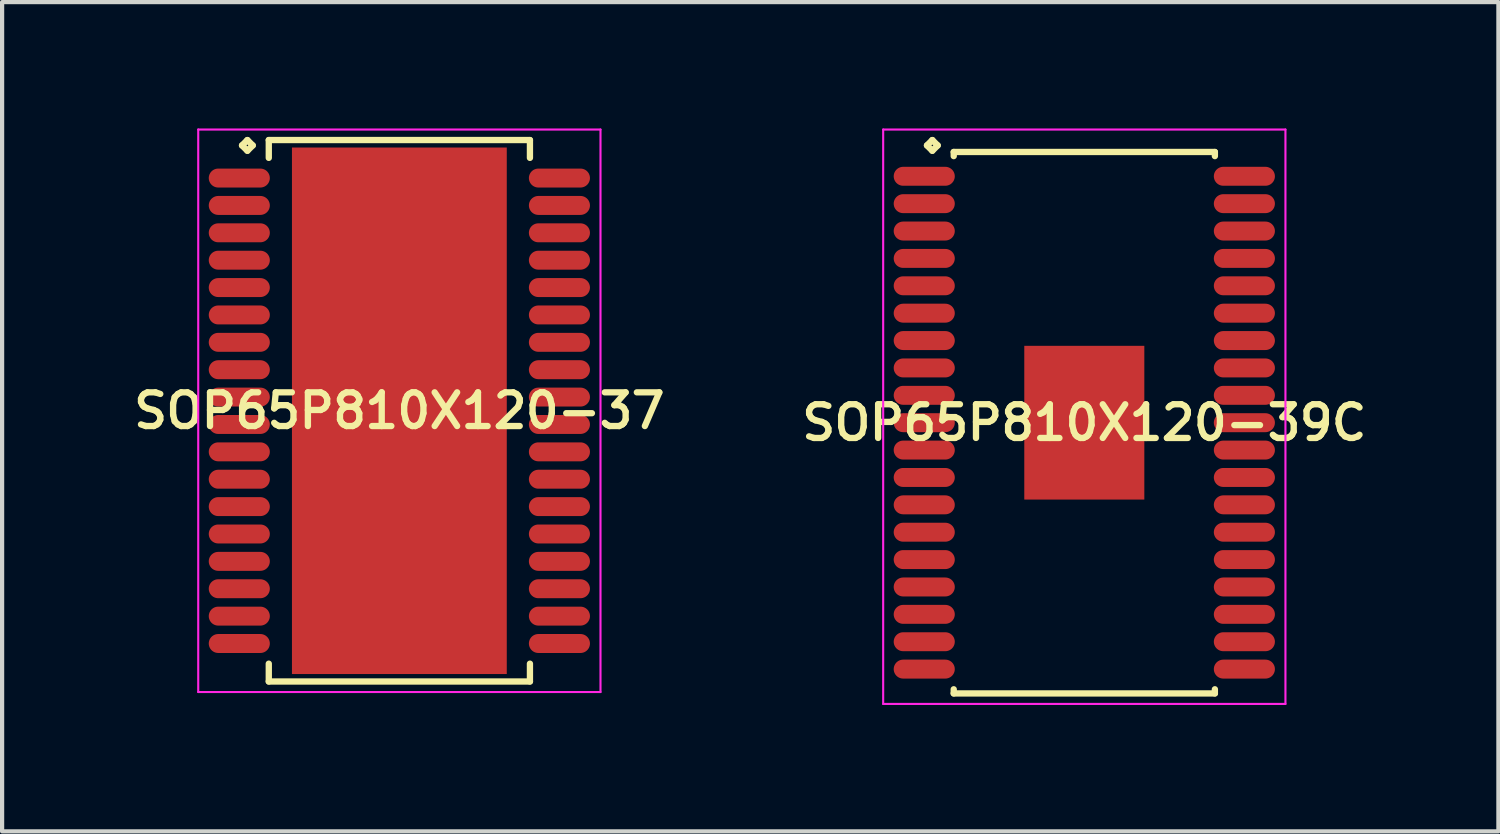
<source format=kicad_pcb>
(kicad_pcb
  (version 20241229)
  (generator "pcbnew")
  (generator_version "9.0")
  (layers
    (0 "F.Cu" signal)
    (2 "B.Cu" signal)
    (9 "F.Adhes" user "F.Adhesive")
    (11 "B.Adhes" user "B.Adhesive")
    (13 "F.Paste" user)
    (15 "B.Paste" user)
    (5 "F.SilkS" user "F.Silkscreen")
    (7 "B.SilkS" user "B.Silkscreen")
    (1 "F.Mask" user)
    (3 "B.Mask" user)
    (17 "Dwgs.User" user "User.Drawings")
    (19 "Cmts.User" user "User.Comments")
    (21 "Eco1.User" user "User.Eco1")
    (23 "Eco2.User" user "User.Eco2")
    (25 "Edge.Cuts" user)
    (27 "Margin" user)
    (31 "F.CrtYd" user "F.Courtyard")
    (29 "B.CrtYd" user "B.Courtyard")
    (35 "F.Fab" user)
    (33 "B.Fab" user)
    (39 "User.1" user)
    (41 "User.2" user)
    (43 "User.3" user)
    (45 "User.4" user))
  (footprint "SOP65P810X120-39C"
    (layer "F.Cu")
    (at 22.692 6.985)
    (property "Reference" "SOP65P810X120-39C" (at 0 0 0) (layer "F.SilkS") (effects (font (size 0.8 0.8) (thickness 0.15))))
    (attr smd)
    (fp_line (start -3.735 -6.583) (end -3.608 -6.71) (stroke (width 0.15) (type solid)) (layer "F.SilkS"))
    (fp_line (start -3.608 -6.71) (end -3.481 -6.583) (stroke (width 0.15) (type solid)) (layer "F.SilkS"))
    (fp_line (start -3.608 -6.456) (end -3.735 -6.583) (stroke (width 0.15) (type solid)) (layer "F.SilkS"))
    (fp_line (start -3.481 -6.583) (end -3.608 -6.456) (stroke (width 0.15) (type solid)) (layer "F.SilkS"))
    (fp_line (start -3.1 -6.427) (end 3.1 -6.427) (stroke (width 0.15) (type solid)) (layer "F.SilkS"))
    (fp_line (start -3.1 -6.329) (end -3.1 -6.427) (stroke (width 0.15) (type solid)) (layer "F.SilkS"))
    (fp_line (start -3.1 6.329) (end -3.1 6.427) (stroke (width 0.15) (type solid)) (layer "F.SilkS"))
    (fp_line (start -3.1 6.427) (end 3.1 6.427) (stroke (width 0.15) (type solid)) (layer "F.SilkS"))
    (fp_line (start 3.1 -6.427) (end 3.1 -6.329) (stroke (width 0.15) (type solid)) (layer "F.SilkS"))
    (fp_line (start 3.1 6.427) (end 3.1 6.329) (stroke (width 0.15) (type solid)) (layer "F.SilkS"))
    (fp_line (start -4.775 -6.96) (end 4.775 -6.96) (stroke (width 0.05) (type solid)) (layer "F.CrtYd"))
    (fp_line (start -4.775 6.677) (end -4.775 -6.96) (stroke (width 0.05) (type solid)) (layer "F.CrtYd"))
    (fp_line (start 4.775 -6.96) (end 4.775 6.677) (stroke (width 0.05) (type solid)) (layer "F.CrtYd"))
    (fp_line (start 4.775 6.677) (end -4.775 6.677) (stroke (width 0.05) (type solid)) (layer "F.CrtYd"))
    (pad "1" smd oval (at -3.8 -5.85) (size 1.45 0.45) (layers "F.Cu" "F.Mask" "F.Paste"))
    (pad "2" smd oval (at -3.8 -5.2) (size 1.45 0.45) (layers "F.Cu" "F.Mask" "F.Paste"))
    (pad "3" smd oval (at -3.8 -4.55) (size 1.45 0.45) (layers "F.Cu" "F.Mask" "F.Paste"))
    (pad "4" smd oval (at -3.8 -3.9) (size 1.45 0.45) (layers "F.Cu" "F.Mask" "F.Paste"))
    (pad "5" smd oval (at -3.8 -3.25) (size 1.45 0.45) (layers "F.Cu" "F.Mask" "F.Paste"))
    (pad "6" smd oval (at -3.8 -2.6) (size 1.45 0.45) (layers "F.Cu" "F.Mask" "F.Paste"))
    (pad "7" smd oval (at -3.8 -1.95) (size 1.45 0.45) (layers "F.Cu" "F.Mask" "F.Paste"))
    (pad "8" smd oval (at -3.8 -1.3) (size 1.45 0.45) (layers "F.Cu" "F.Mask" "F.Paste"))
    (pad "9" smd oval (at -3.8 -0.65) (size 1.45 0.45) (layers "F.Cu" "F.Mask" "F.Paste"))
    (pad "10" smd oval (at -3.8 0) (size 1.45 0.45) (layers "F.Cu" "F.Mask" "F.Paste"))
    (pad "11" smd oval (at -3.8 0.65) (size 1.45 0.45) (layers "F.Cu" "F.Mask" "F.Paste"))
    (pad "12" smd oval (at -3.8 1.3) (size 1.45 0.45) (layers "F.Cu" "F.Mask" "F.Paste"))
    (pad "13" smd oval (at -3.8 1.95) (size 1.45 0.45) (layers "F.Cu" "F.Mask" "F.Paste"))
    (pad "14" smd oval (at -3.8 2.6) (size 1.45 0.45) (layers "F.Cu" "F.Mask" "F.Paste"))
    (pad "15" smd oval (at -3.8 3.25) (size 1.45 0.45) (layers "F.Cu" "F.Mask" "F.Paste"))
    (pad "16" smd oval (at -3.8 3.9) (size 1.45 0.45) (layers "F.Cu" "F.Mask" "F.Paste"))
    (pad "17" smd oval (at -3.8 4.55) (size 1.45 0.45) (layers "F.Cu" "F.Mask" "F.Paste"))
    (pad "18" smd oval (at -3.8 5.2) (size 1.45 0.45) (layers "F.Cu" "F.Mask" "F.Paste"))
    (pad "19" smd oval (at -3.8 5.85) (size 1.45 0.45) (layers "F.Cu" "F.Mask" "F.Paste"))
    (pad "20" smd oval (at 3.8 5.85) (size 1.45 0.45) (layers "F.Cu" "F.Mask" "F.Paste"))
    (pad "21" smd oval (at 3.8 5.2) (size 1.45 0.45) (layers "F.Cu" "F.Mask" "F.Paste"))
    (pad "22" smd oval (at 3.8 4.55) (size 1.45 0.45) (layers "F.Cu" "F.Mask" "F.Paste"))
    (pad "23" smd oval (at 3.8 3.9) (size 1.45 0.45) (layers "F.Cu" "F.Mask" "F.Paste"))
    (pad "24" smd oval (at 3.8 3.25) (size 1.45 0.45) (layers "F.Cu" "F.Mask" "F.Paste"))
    (pad "25" smd oval (at 3.8 2.6) (size 1.45 0.45) (layers "F.Cu" "F.Mask" "F.Paste"))
    (pad "26" smd oval (at 3.8 1.95) (size 1.45 0.45) (layers "F.Cu" "F.Mask" "F.Paste"))
    (pad "27" smd oval (at 3.8 1.3) (size 1.45 0.45) (layers "F.Cu" "F.Mask" "F.Paste"))
    (pad "28" smd oval (at 3.8 0.65) (size 1.45 0.45) (layers "F.Cu" "F.Mask" "F.Paste"))
    (pad "29" smd oval (at 3.8 0) (size 1.45 0.45) (layers "F.Cu" "F.Mask" "F.Paste"))
    (pad "30" smd oval (at 3.8 -0.65) (size 1.45 0.45) (layers "F.Cu" "F.Mask" "F.Paste"))
    (pad "31" smd oval (at 3.8 -1.3) (size 1.45 0.45) (layers "F.Cu" "F.Mask" "F.Paste"))
    (pad "32" smd oval (at 3.8 -1.95) (size 1.45 0.45) (layers "F.Cu" "F.Mask" "F.Paste"))
    (pad "33" smd oval (at 3.8 -2.6) (size 1.45 0.45) (layers "F.Cu" "F.Mask" "F.Paste"))
    (pad "34" smd oval (at 3.8 -3.25) (size 1.45 0.45) (layers "F.Cu" "F.Mask" "F.Paste"))
    (pad "35" smd oval (at 3.8 -3.9) (size 1.45 0.45) (layers "F.Cu" "F.Mask" "F.Paste"))
    (pad "36" smd oval (at 3.8 -4.55) (size 1.45 0.45) (layers "F.Cu" "F.Mask" "F.Paste"))
    (pad "37" smd oval (at 3.8 -5.2) (size 1.45 0.45) (layers "F.Cu" "F.Mask" "F.Paste"))
    (pad "38" smd oval (at 3.8 -5.85) (size 1.45 0.45) (layers "F.Cu" "F.Mask" "F.Paste"))
    (pad "39" smd rect (at 0 0) (size 2.85 3.65) (layers "F.Cu" "F.Mask" "F.Paste")))
  (footprint "SOP65P810X120-37"
    (layer "F.Cu")
    (at 6.431 6.702)
    (property "Reference" "SOP65P810X120-37" (at 0 0 0) (layer "F.SilkS") (effects (font (size 0.8 0.8) (thickness 0.15))))
    (attr smd)
    (fp_line (start -3.735 -6.3) (end -3.608 -6.427) (stroke (width 0.15) (type solid)) (layer "F.SilkS"))
    (fp_line (start -3.608 -6.427) (end -3.481 -6.3) (stroke (width 0.15) (type solid)) (layer "F.SilkS"))
    (fp_line (start -3.608 -6.173) (end -3.735 -6.3) (stroke (width 0.15) (type solid)) (layer "F.SilkS"))
    (fp_line (start -3.481 -6.3) (end -3.608 -6.173) (stroke (width 0.15) (type solid)) (layer "F.SilkS"))
    (fp_line (start -3.1 -6.427) (end 3.1 -6.427) (stroke (width 0.15) (type solid)) (layer "F.SilkS"))
    (fp_line (start -3.1 -6.004) (end -3.1 -6.427) (stroke (width 0.15) (type solid)) (layer "F.SilkS"))
    (fp_line (start -3.1 6.004) (end -3.1 6.427) (stroke (width 0.15) (type solid)) (layer "F.SilkS"))
    (fp_line (start -3.1 6.427) (end 3.1 6.427) (stroke (width 0.15) (type solid)) (layer "F.SilkS"))
    (fp_line (start 3.1 -6.427) (end 3.1 -6.004) (stroke (width 0.15) (type solid)) (layer "F.SilkS"))
    (fp_line (start 3.1 6.427) (end 3.1 6.004) (stroke (width 0.15) (type solid)) (layer "F.SilkS"))
    (fp_line (start -4.775 -6.677) (end 4.775 -6.677) (stroke (width 0.05) (type solid)) (layer "F.CrtYd"))
    (fp_line (start -4.775 6.677) (end -4.775 -6.677) (stroke (width 0.05) (type solid)) (layer "F.CrtYd"))
    (fp_line (start 4.775 -6.677) (end 4.775 6.677) (stroke (width 0.05) (type solid)) (layer "F.CrtYd"))
    (fp_line (start 4.775 6.677) (end -4.775 6.677) (stroke (width 0.05) (type solid)) (layer "F.CrtYd"))
    (pad "1" smd oval (at -3.8 -5.525) (size 1.45 0.45) (layers "F.Cu" "F.Mask" "F.Paste"))
    (pad "2" smd oval (at -3.8 -4.875) (size 1.45 0.45) (layers "F.Cu" "F.Mask" "F.Paste"))
    (pad "3" smd oval (at -3.8 -4.225) (size 1.45 0.45) (layers "F.Cu" "F.Mask" "F.Paste"))
    (pad "4" smd oval (at -3.8 -3.575) (size 1.45 0.45) (layers "F.Cu" "F.Mask" "F.Paste"))
    (pad "5" smd oval (at -3.8 -2.925) (size 1.45 0.45) (layers "F.Cu" "F.Mask" "F.Paste"))
    (pad "6" smd oval (at -3.8 -2.275) (size 1.45 0.45) (layers "F.Cu" "F.Mask" "F.Paste"))
    (pad "7" smd oval (at -3.8 -1.625) (size 1.45 0.45) (layers "F.Cu" "F.Mask" "F.Paste"))
    (pad "8" smd oval (at -3.8 -0.975) (size 1.45 0.45) (layers "F.Cu" "F.Mask" "F.Paste"))
    (pad "9" smd oval (at -3.8 -0.325) (size 1.45 0.45) (layers "F.Cu" "F.Mask" "F.Paste"))
    (pad "10" smd oval (at -3.8 0.325) (size 1.45 0.45) (layers "F.Cu" "F.Mask" "F.Paste"))
    (pad "11" smd oval (at -3.8 0.975) (size 1.45 0.45) (layers "F.Cu" "F.Mask" "F.Paste"))
    (pad "12" smd oval (at -3.8 1.625) (size 1.45 0.45) (layers "F.Cu" "F.Mask" "F.Paste"))
    (pad "13" smd oval (at -3.8 2.275) (size 1.45 0.45) (layers "F.Cu" "F.Mask" "F.Paste"))
    (pad "14" smd oval (at -3.8 2.925) (size 1.45 0.45) (layers "F.Cu" "F.Mask" "F.Paste"))
    (pad "15" smd oval (at -3.8 3.575) (size 1.45 0.45) (layers "F.Cu" "F.Mask" "F.Paste"))
    (pad "16" smd oval (at -3.8 4.225) (size 1.45 0.45) (layers "F.Cu" "F.Mask" "F.Paste"))
    (pad "17" smd oval (at -3.8 4.875) (size 1.45 0.45) (layers "F.Cu" "F.Mask" "F.Paste"))
    (pad "18" smd oval (at -3.8 5.525) (size 1.45 0.45) (layers "F.Cu" "F.Mask" "F.Paste"))
    (pad "19" smd oval (at 3.8 5.525) (size 1.45 0.45) (layers "F.Cu" "F.Mask" "F.Paste"))
    (pad "20" smd oval (at 3.8 4.875) (size 1.45 0.45) (layers "F.Cu" "F.Mask" "F.Paste"))
    (pad "21" smd oval (at 3.8 4.225) (size 1.45 0.45) (layers "F.Cu" "F.Mask" "F.Paste"))
    (pad "22" smd oval (at 3.8 3.575) (size 1.45 0.45) (layers "F.Cu" "F.Mask" "F.Paste"))
    (pad "23" smd oval (at 3.8 2.925) (size 1.45 0.45) (layers "F.Cu" "F.Mask" "F.Paste"))
    (pad "24" smd oval (at 3.8 2.275) (size 1.45 0.45) (layers "F.Cu" "F.Mask" "F.Paste"))
    (pad "25" smd oval (at 3.8 1.625) (size 1.45 0.45) (layers "F.Cu" "F.Mask" "F.Paste"))
    (pad "26" smd oval (at 3.8 0.975) (size 1.45 0.45) (layers "F.Cu" "F.Mask" "F.Paste"))
    (pad "27" smd oval (at 3.8 0.325) (size 1.45 0.45) (layers "F.Cu" "F.Mask" "F.Paste"))
    (pad "28" smd oval (at 3.8 -0.325) (size 1.45 0.45) (layers "F.Cu" "F.Mask" "F.Paste"))
    (pad "29" smd oval (at 3.8 -0.975) (size 1.45 0.45) (layers "F.Cu" "F.Mask" "F.Paste"))
    (pad "30" smd oval (at 3.8 -1.625) (size 1.45 0.45) (layers "F.Cu" "F.Mask" "F.Paste"))
    (pad "31" smd oval (at 3.8 -2.275) (size 1.45 0.45) (layers "F.Cu" "F.Mask" "F.Paste"))
    (pad "32" smd oval (at 3.8 -2.925) (size 1.45 0.45) (layers "F.Cu" "F.Mask" "F.Paste"))
    (pad "33" smd oval (at 3.8 -3.575) (size 1.45 0.45) (layers "F.Cu" "F.Mask" "F.Paste"))
    (pad "34" smd oval (at 3.8 -4.225) (size 1.45 0.45) (layers "F.Cu" "F.Mask" "F.Paste"))
    (pad "35" smd oval (at 3.8 -4.875) (size 1.45 0.45) (layers "F.Cu" "F.Mask" "F.Paste"))
    (pad "36" smd oval (at 3.8 -5.525) (size 1.45 0.45) (layers "F.Cu" "F.Mask" "F.Paste"))
    (pad "37" smd rect (at 0 0) (size 5.1 12.5) (layers "F.Cu" "F.Mask" "F.Paste")))
  (gr_rect
    (start -3 -3)
    (end 32.523 16.687)
    (stroke (width 0.1) (type default))
    (fill no)
    (layer "Edge.Cuts")))
</source>
